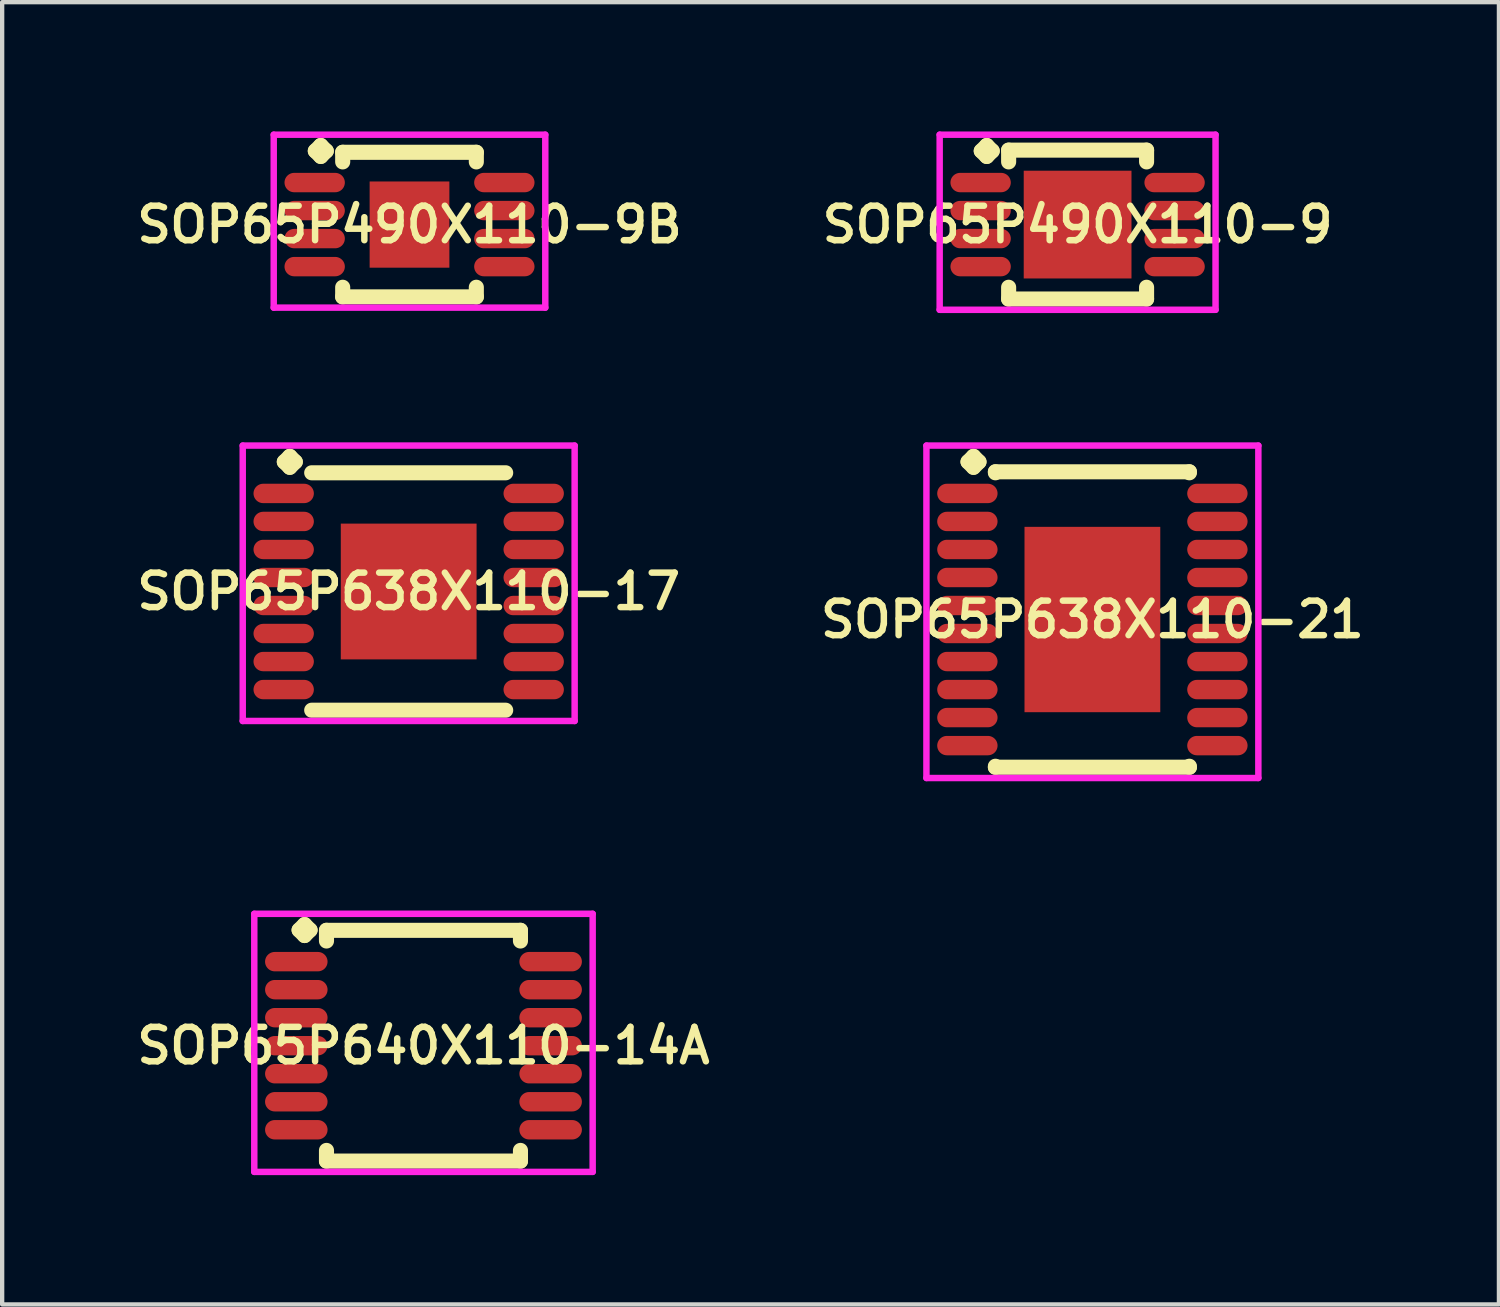
<source format=kicad_pcb>
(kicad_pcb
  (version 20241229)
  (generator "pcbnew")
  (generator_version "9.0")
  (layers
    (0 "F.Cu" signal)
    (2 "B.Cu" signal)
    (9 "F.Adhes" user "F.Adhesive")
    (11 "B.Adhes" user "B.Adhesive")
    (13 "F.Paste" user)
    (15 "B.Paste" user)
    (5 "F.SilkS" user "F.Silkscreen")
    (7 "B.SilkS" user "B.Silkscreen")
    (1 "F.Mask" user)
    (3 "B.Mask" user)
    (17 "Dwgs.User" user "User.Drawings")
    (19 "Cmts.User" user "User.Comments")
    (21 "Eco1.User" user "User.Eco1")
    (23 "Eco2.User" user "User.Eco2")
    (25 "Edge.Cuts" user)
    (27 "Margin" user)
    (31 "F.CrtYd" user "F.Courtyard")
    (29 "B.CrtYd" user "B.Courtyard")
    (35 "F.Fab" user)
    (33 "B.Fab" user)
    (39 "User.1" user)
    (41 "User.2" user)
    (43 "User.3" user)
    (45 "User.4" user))
  (footprint "SOP65P490X110-9"
    (layer "F.Cu")
    (at 21.949 2.16)
    (property "Reference" "SOP65P490X110-9" (at 0 0 0) (layer "F.SilkS") (effects (font (size 0.8 0.8) (thickness 0.15))))
    (attr smd)
    (fp_line (start -2.235 -1.708) (end -2.108 -1.835) (stroke (width 0.35) (type solid)) (layer "F.SilkS"))
    (fp_line (start -2.108 -1.835) (end -1.981 -1.708) (stroke (width 0.35) (type solid)) (layer "F.SilkS"))
    (fp_line (start -2.108 -1.581) (end -2.235 -1.708) (stroke (width 0.35) (type solid)) (layer "F.SilkS"))
    (fp_line (start -1.981 -1.708) (end -2.108 -1.581) (stroke (width 0.35) (type solid)) (layer "F.SilkS"))
    (fp_line (start -1.6 -1.727) (end 1.6 -1.727) (stroke (width 0.35) (type solid)) (layer "F.SilkS"))
    (fp_line (start -1.6 -1.454) (end -1.6 -1.727) (stroke (width 0.35) (type solid)) (layer "F.SilkS"))
    (fp_line (start -1.6 1.454) (end -1.6 1.727) (stroke (width 0.35) (type solid)) (layer "F.SilkS"))
    (fp_line (start -1.6 1.727) (end 1.6 1.727) (stroke (width 0.35) (type solid)) (layer "F.SilkS"))
    (fp_line (start 1.6 -1.727) (end 1.6 -1.454) (stroke (width 0.35) (type solid)) (layer "F.SilkS"))
    (fp_line (start 1.6 1.727) (end 1.6 1.454) (stroke (width 0.35) (type solid)) (layer "F.SilkS"))
    (fp_line (start -3.2 -2.085) (end 3.2 -2.085) (stroke (width 0.15) (type solid)) (layer "F.CrtYd"))
    (fp_line (start -3.2 1.977) (end -3.2 -2.085) (stroke (width 0.15) (type solid)) (layer "F.CrtYd"))
    (fp_line (start 3.2 -2.085) (end 3.2 1.977) (stroke (width 0.15) (type solid)) (layer "F.CrtYd"))
    (fp_line (start 3.2 1.977) (end -3.2 1.977) (stroke (width 0.15) (type solid)) (layer "F.CrtYd"))
    (pad "1" smd oval (at -2.25 -0.975) (size 1.4 0.45) (layers "F.Cu" "F.Mask" "F.Paste"))
    (pad "2" smd oval (at -2.25 -0.325) (size 1.4 0.45) (layers "F.Cu" "F.Mask" "F.Paste"))
    (pad "3" smd oval (at -2.25 0.325) (size 1.4 0.45) (layers "F.Cu" "F.Mask" "F.Paste"))
    (pad "4" smd oval (at -2.25 0.975) (size 1.4 0.45) (layers "F.Cu" "F.Mask" "F.Paste"))
    (pad "5" smd oval (at 2.25 0.975) (size 1.4 0.45) (layers "F.Cu" "F.Mask" "F.Paste"))
    (pad "6" smd oval (at 2.25 0.325) (size 1.4 0.45) (layers "F.Cu" "F.Mask" "F.Paste"))
    (pad "7" smd oval (at 2.25 -0.325) (size 1.4 0.45) (layers "F.Cu" "F.Mask" "F.Paste"))
    (pad "8" smd oval (at 2.25 -0.975) (size 1.4 0.45) (layers "F.Cu" "F.Mask" "F.Paste"))
    (pad "9" smd rect (at 0 0) (size 2.5 2.5) (layers "F.Cu" "F.Mask" "F.Paste")))
  (footprint "SOP65P640X110-14A"
    (layer "F.Cu")
    (at 6.774 21.209)
    (property "Reference" "SOP65P640X110-14A" (at 0 0 0) (layer "F.SilkS") (effects (font (size 0.8 0.8) (thickness 0.15))))
    (attr smd)
    (fp_line (start -2.885 -2.683) (end -2.758 -2.81) (stroke (width 0.35) (type solid)) (layer "F.SilkS"))
    (fp_line (start -2.758 -2.81) (end -2.631 -2.683) (stroke (width 0.35) (type solid)) (layer "F.SilkS"))
    (fp_line (start -2.758 -2.556) (end -2.885 -2.683) (stroke (width 0.35) (type solid)) (layer "F.SilkS"))
    (fp_line (start -2.631 -2.683) (end -2.758 -2.556) (stroke (width 0.35) (type solid)) (layer "F.SilkS"))
    (fp_line (start -2.25 -2.677) (end 2.25 -2.677) (stroke (width 0.35) (type solid)) (layer "F.SilkS"))
    (fp_line (start -2.25 -2.429) (end -2.25 -2.677) (stroke (width 0.35) (type solid)) (layer "F.SilkS"))
    (fp_line (start -2.25 2.429) (end -2.25 2.677) (stroke (width 0.35) (type solid)) (layer "F.SilkS"))
    (fp_line (start -2.25 2.677) (end 2.25 2.677) (stroke (width 0.35) (type solid)) (layer "F.SilkS"))
    (fp_line (start 2.25 -2.677) (end 2.25 -2.429) (stroke (width 0.35) (type solid)) (layer "F.SilkS"))
    (fp_line (start 2.25 2.677) (end 2.25 2.429) (stroke (width 0.35) (type solid)) (layer "F.SilkS"))
    (fp_line (start -3.925 -3.06) (end 3.925 -3.06) (stroke (width 0.15) (type solid)) (layer "F.CrtYd"))
    (fp_line (start -3.925 2.927) (end -3.925 -3.06) (stroke (width 0.15) (type solid)) (layer "F.CrtYd"))
    (fp_line (start 3.925 -3.06) (end 3.925 2.927) (stroke (width 0.15) (type solid)) (layer "F.CrtYd"))
    (fp_line (start 3.925 2.927) (end -3.925 2.927) (stroke (width 0.15) (type solid)) (layer "F.CrtYd"))
    (pad "1" smd oval (at -2.95 -1.95) (size 1.45 0.45) (layers "F.Cu" "F.Mask" "F.Paste"))
    (pad "2" smd oval (at -2.95 -1.3) (size 1.45 0.45) (layers "F.Cu" "F.Mask" "F.Paste"))
    (pad "3" smd oval (at -2.95 -0.65) (size 1.45 0.45) (layers "F.Cu" "F.Mask" "F.Paste"))
    (pad "4" smd oval (at -2.95 0) (size 1.45 0.45) (layers "F.Cu" "F.Mask" "F.Paste"))
    (pad "5" smd oval (at -2.95 0.65) (size 1.45 0.45) (layers "F.Cu" "F.Mask" "F.Paste"))
    (pad "6" smd oval (at -2.95 1.3) (size 1.45 0.45) (layers "F.Cu" "F.Mask" "F.Paste"))
    (pad "7" smd oval (at -2.95 1.95) (size 1.45 0.45) (layers "F.Cu" "F.Mask" "F.Paste"))
    (pad "8" smd oval (at 2.95 1.95) (size 1.45 0.45) (layers "F.Cu" "F.Mask" "F.Paste"))
    (pad "9" smd oval (at 2.95 1.3) (size 1.45 0.45) (layers "F.Cu" "F.Mask" "F.Paste"))
    (pad "10" smd oval (at 2.95 0.65) (size 1.45 0.45) (layers "F.Cu" "F.Mask" "F.Paste"))
    (pad "11" smd oval (at 2.95 0) (size 1.45 0.45) (layers "F.Cu" "F.Mask" "F.Paste"))
    (pad "12" smd oval (at 2.95 -0.65) (size 1.45 0.45) (layers "F.Cu" "F.Mask" "F.Paste"))
    (pad "13" smd oval (at 2.95 -1.3) (size 1.45 0.45) (layers "F.Cu" "F.Mask" "F.Paste"))
    (pad "14" smd oval (at 2.95 -1.95) (size 1.45 0.45) (layers "F.Cu" "F.Mask" "F.Paste")))
  (footprint "SOP65P638X110-17"
    (layer "F.Cu")
    (at 6.431 10.672)
    (property "Reference" "SOP65P638X110-17" (at 0 0 0) (layer "F.SilkS") (effects (font (size 0.8 0.8) (thickness 0.15))))
    (attr smd)
    (fp_line (start -2.885 -3.008) (end -2.758 -3.135) (stroke (width 0.35) (type solid)) (layer "F.SilkS"))
    (fp_line (start -2.758 -3.135) (end -2.631 -3.008) (stroke (width 0.35) (type solid)) (layer "F.SilkS"))
    (fp_line (start -2.758 -2.881) (end -2.885 -3.008) (stroke (width 0.35) (type solid)) (layer "F.SilkS"))
    (fp_line (start -2.631 -3.008) (end -2.758 -2.881) (stroke (width 0.35) (type solid)) (layer "F.SilkS"))
    (fp_line (start -2.25 -2.754) (end 2.25 -2.754) (stroke (width 0.35) (type solid)) (layer "F.SilkS"))
    (fp_line (start -2.25 2.754) (end 2.25 2.754) (stroke (width 0.35) (type solid)) (layer "F.SilkS"))
    (fp_line (start -3.85 -3.385) (end 3.85 -3.385) (stroke (width 0.15) (type solid)) (layer "F.CrtYd"))
    (fp_line (start -3.85 3.004) (end -3.85 -3.385) (stroke (width 0.15) (type solid)) (layer "F.CrtYd"))
    (fp_line (start 3.85 -3.385) (end 3.85 3.004) (stroke (width 0.15) (type solid)) (layer "F.CrtYd"))
    (fp_line (start 3.85 3.004) (end -3.85 3.004) (stroke (width 0.15) (type solid)) (layer "F.CrtYd"))
    (pad "1" smd oval (at -2.9 -2.275) (size 1.4 0.45) (layers "F.Cu" "F.Mask" "F.Paste"))
    (pad "2" smd oval (at -2.9 -1.625) (size 1.4 0.45) (layers "F.Cu" "F.Mask" "F.Paste"))
    (pad "3" smd oval (at -2.9 -0.975) (size 1.4 0.45) (layers "F.Cu" "F.Mask" "F.Paste"))
    (pad "4" smd oval (at -2.9 -0.325) (size 1.4 0.45) (layers "F.Cu" "F.Mask" "F.Paste"))
    (pad "5" smd oval (at -2.9 0.325) (size 1.4 0.45) (layers "F.Cu" "F.Mask" "F.Paste"))
    (pad "6" smd oval (at -2.9 0.975) (size 1.4 0.45) (layers "F.Cu" "F.Mask" "F.Paste"))
    (pad "7" smd oval (at -2.9 1.625) (size 1.4 0.45) (layers "F.Cu" "F.Mask" "F.Paste"))
    (pad "8" smd oval (at -2.9 2.275) (size 1.4 0.45) (layers "F.Cu" "F.Mask" "F.Paste"))
    (pad "9" smd oval (at 2.9 2.275) (size 1.4 0.45) (layers "F.Cu" "F.Mask" "F.Paste"))
    (pad "10" smd oval (at 2.9 1.625) (size 1.4 0.45) (layers "F.Cu" "F.Mask" "F.Paste"))
    (pad "11" smd oval (at 2.9 0.975) (size 1.4 0.45) (layers "F.Cu" "F.Mask" "F.Paste"))
    (pad "12" smd oval (at 2.9 0.325) (size 1.4 0.45) (layers "F.Cu" "F.Mask" "F.Paste"))
    (pad "13" smd oval (at 2.9 -0.325) (size 1.4 0.45) (layers "F.Cu" "F.Mask" "F.Paste"))
    (pad "14" smd oval (at 2.9 -0.975) (size 1.4 0.45) (layers "F.Cu" "F.Mask" "F.Paste"))
    (pad "15" smd oval (at 2.9 -1.625) (size 1.4 0.45) (layers "F.Cu" "F.Mask" "F.Paste"))
    (pad "16" smd oval (at 2.9 -2.275) (size 1.4 0.45) (layers "F.Cu" "F.Mask" "F.Paste"))
    (pad "17" smd rect (at 0 0) (size 3.15 3.15) (layers "F.Cu" "F.Mask" "F.Paste")))
  (footprint "SOP65P490X110-9B"
    (layer "F.Cu")
    (at 6.45 2.16)
    (property "Reference" "SOP65P490X110-9B" (at 0 0 0) (layer "F.SilkS") (effects (font (size 0.8 0.8) (thickness 0.15))))
    (attr smd)
    (fp_line (start -2.185 -1.708) (end -2.058 -1.835) (stroke (width 0.35) (type solid)) (layer "F.SilkS"))
    (fp_line (start -2.058 -1.835) (end -1.931 -1.708) (stroke (width 0.35) (type solid)) (layer "F.SilkS"))
    (fp_line (start -2.058 -1.581) (end -2.185 -1.708) (stroke (width 0.35) (type solid)) (layer "F.SilkS"))
    (fp_line (start -1.931 -1.708) (end -2.058 -1.581) (stroke (width 0.35) (type solid)) (layer "F.SilkS"))
    (fp_line (start -1.55 -1.677) (end 1.55 -1.677) (stroke (width 0.35) (type solid)) (layer "F.SilkS"))
    (fp_line (start -1.55 -1.454) (end -1.55 -1.677) (stroke (width 0.35) (type solid)) (layer "F.SilkS"))
    (fp_line (start -1.55 1.454) (end -1.55 1.677) (stroke (width 0.35) (type solid)) (layer "F.SilkS"))
    (fp_line (start -1.55 1.677) (end 1.55 1.677) (stroke (width 0.35) (type solid)) (layer "F.SilkS"))
    (fp_line (start 1.55 -1.677) (end 1.55 -1.454) (stroke (width 0.35) (type solid)) (layer "F.SilkS"))
    (fp_line (start 1.55 1.677) (end 1.55 1.454) (stroke (width 0.35) (type solid)) (layer "F.SilkS"))
    (fp_line (start -3.15 -2.085) (end 3.15 -2.085) (stroke (width 0.15) (type solid)) (layer "F.CrtYd"))
    (fp_line (start -3.15 1.927) (end -3.15 -2.085) (stroke (width 0.15) (type solid)) (layer "F.CrtYd"))
    (fp_line (start 3.15 -2.085) (end 3.15 1.927) (stroke (width 0.15) (type solid)) (layer "F.CrtYd"))
    (fp_line (start 3.15 1.927) (end -3.15 1.927) (stroke (width 0.15) (type solid)) (layer "F.CrtYd"))
    (pad "1" smd oval (at -2.2 -0.975) (size 1.4 0.45) (layers "F.Cu" "F.Mask" "F.Paste"))
    (pad "2" smd oval (at -2.2 -0.325) (size 1.4 0.45) (layers "F.Cu" "F.Mask" "F.Paste"))
    (pad "3" smd oval (at -2.2 0.325) (size 1.4 0.45) (layers "F.Cu" "F.Mask" "F.Paste"))
    (pad "4" smd oval (at -2.2 0.975) (size 1.4 0.45) (layers "F.Cu" "F.Mask" "F.Paste"))
    (pad "5" smd oval (at 2.2 0.975) (size 1.4 0.45) (layers "F.Cu" "F.Mask" "F.Paste"))
    (pad "6" smd oval (at 2.2 0.325) (size 1.4 0.45) (layers "F.Cu" "F.Mask" "F.Paste"))
    (pad "7" smd oval (at 2.2 -0.325) (size 1.4 0.45) (layers "F.Cu" "F.Mask" "F.Paste"))
    (pad "8" smd oval (at 2.2 -0.975) (size 1.4 0.45) (layers "F.Cu" "F.Mask" "F.Paste"))
    (pad "9" smd rect (at 0 0) (size 1.85 2) (layers "F.Cu" "F.Mask" "F.Paste")))
  (footprint "SOP65P638X110-21"
    (layer "F.Cu")
    (at 22.292 11.322)
    (property "Reference" "SOP65P638X110-21" (at 0 0 0) (layer "F.SilkS") (effects (font (size 0.8 0.8) (thickness 0.15))))
    (attr smd)
    (fp_line (start -2.885 -3.658) (end -2.758 -3.785) (stroke (width 0.35) (type solid)) (layer "F.SilkS"))
    (fp_line (start -2.758 -3.785) (end -2.631 -3.658) (stroke (width 0.35) (type solid)) (layer "F.SilkS"))
    (fp_line (start -2.758 -3.531) (end -2.885 -3.658) (stroke (width 0.35) (type solid)) (layer "F.SilkS"))
    (fp_line (start -2.631 -3.658) (end -2.758 -3.531) (stroke (width 0.35) (type solid)) (layer "F.SilkS"))
    (fp_line (start -2.25 -3.427) (end 2.25 -3.427) (stroke (width 0.35) (type solid)) (layer "F.SilkS"))
    (fp_line (start -2.25 -3.404) (end -2.25 -3.427) (stroke (width 0.35) (type solid)) (layer "F.SilkS"))
    (fp_line (start -2.25 3.404) (end -2.25 3.427) (stroke (width 0.35) (type solid)) (layer "F.SilkS"))
    (fp_line (start -2.25 3.427) (end 2.25 3.427) (stroke (width 0.35) (type solid)) (layer "F.SilkS"))
    (fp_line (start 2.25 -3.427) (end 2.25 -3.404) (stroke (width 0.35) (type solid)) (layer "F.SilkS"))
    (fp_line (start 2.25 3.427) (end 2.25 3.404) (stroke (width 0.35) (type solid)) (layer "F.SilkS"))
    (fp_line (start -3.85 -4.035) (end 3.85 -4.035) (stroke (width 0.15) (type solid)) (layer "F.CrtYd"))
    (fp_line (start -3.85 3.677) (end -3.85 -4.035) (stroke (width 0.15) (type solid)) (layer "F.CrtYd"))
    (fp_line (start 3.85 -4.035) (end 3.85 3.677) (stroke (width 0.15) (type solid)) (layer "F.CrtYd"))
    (fp_line (start 3.85 3.677) (end -3.85 3.677) (stroke (width 0.15) (type solid)) (layer "F.CrtYd"))
    (pad "1" smd oval (at -2.9 -2.925) (size 1.4 0.45) (layers "F.Cu" "F.Mask" "F.Paste"))
    (pad "2" smd oval (at -2.9 -2.275) (size 1.4 0.45) (layers "F.Cu" "F.Mask" "F.Paste"))
    (pad "3" smd oval (at -2.9 -1.625) (size 1.4 0.45) (layers "F.Cu" "F.Mask" "F.Paste"))
    (pad "4" smd oval (at -2.9 -0.975) (size 1.4 0.45) (layers "F.Cu" "F.Mask" "F.Paste"))
    (pad "5" smd oval (at -2.9 -0.325) (size 1.4 0.45) (layers "F.Cu" "F.Mask" "F.Paste"))
    (pad "6" smd oval (at -2.9 0.325) (size 1.4 0.45) (layers "F.Cu" "F.Mask" "F.Paste"))
    (pad "7" smd oval (at -2.9 0.975) (size 1.4 0.45) (layers "F.Cu" "F.Mask" "F.Paste"))
    (pad "8" smd oval (at -2.9 1.625) (size 1.4 0.45) (layers "F.Cu" "F.Mask" "F.Paste"))
    (pad "9" smd oval (at -2.9 2.275) (size 1.4 0.45) (layers "F.Cu" "F.Mask" "F.Paste"))
    (pad "10" smd oval (at -2.9 2.925) (size 1.4 0.45) (layers "F.Cu" "F.Mask" "F.Paste"))
    (pad "11" smd oval (at 2.9 2.925) (size 1.4 0.45) (layers "F.Cu" "F.Mask" "F.Paste"))
    (pad "12" smd oval (at 2.9 2.275) (size 1.4 0.45) (layers "F.Cu" "F.Mask" "F.Paste"))
    (pad "13" smd oval (at 2.9 1.625) (size 1.4 0.45) (layers "F.Cu" "F.Mask" "F.Paste"))
    (pad "14" smd oval (at 2.9 0.975) (size 1.4 0.45) (layers "F.Cu" "F.Mask" "F.Paste"))
    (pad "15" smd oval (at 2.9 0.325) (size 1.4 0.45) (layers "F.Cu" "F.Mask" "F.Paste"))
    (pad "16" smd oval (at 2.9 -0.325) (size 1.4 0.45) (layers "F.Cu" "F.Mask" "F.Paste"))
    (pad "17" smd oval (at 2.9 -0.975) (size 1.4 0.45) (layers "F.Cu" "F.Mask" "F.Paste"))
    (pad "18" smd oval (at 2.9 -1.625) (size 1.4 0.45) (layers "F.Cu" "F.Mask" "F.Paste"))
    (pad "19" smd oval (at 2.9 -2.275) (size 1.4 0.45) (layers "F.Cu" "F.Mask" "F.Paste"))
    (pad "20" smd oval (at 2.9 -2.925) (size 1.4 0.45) (layers "F.Cu" "F.Mask" "F.Paste"))
    (pad "21" smd rect (at 0 0) (size 3.15 4.3) (layers "F.Cu" "F.Mask" "F.Paste")))
  (gr_rect
    (start -3 -3)
    (end 31.723 27.211)
    (stroke (width 0.1) (type default))
    (fill no)
    (layer "Edge.Cuts")))
</source>
